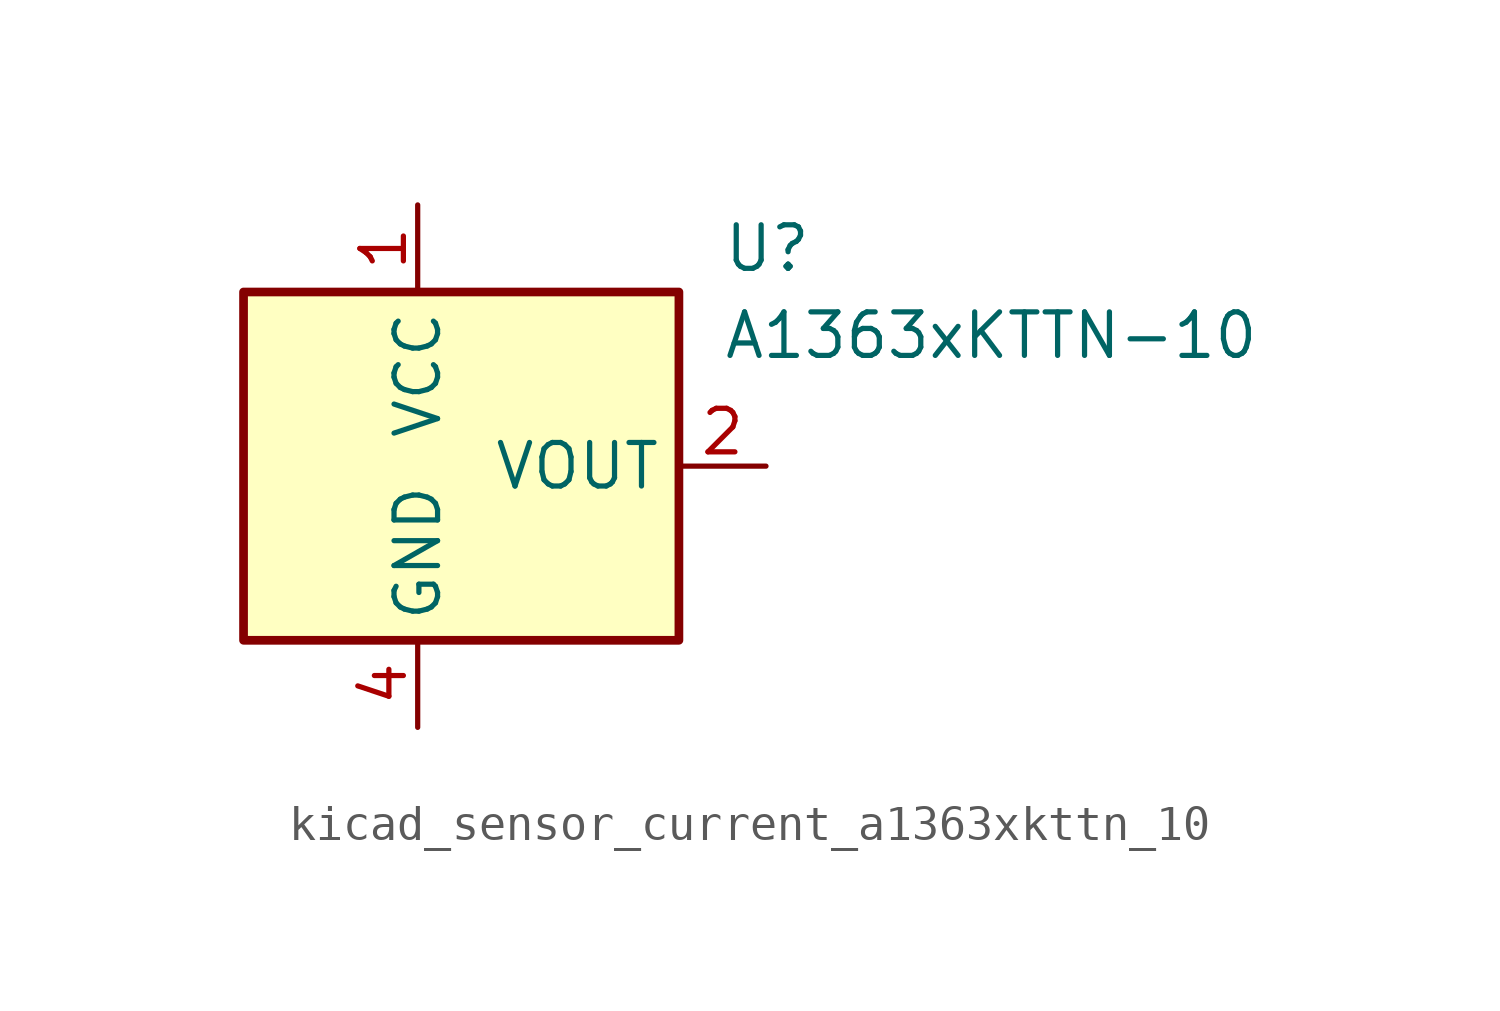
<source format=kicad_sym>
(kicad_symbol_lib
  (version 20220914)
  (generator kicad_symbol_editor)
  (symbol "kicad_sensor_current_a1363xkttn_10"
    (property "Reference" "U"
      (at 8.89 6.35 0)
      (effects (font (size 1.27 1.27)) (justify left)))
    (property "Value" "A1363xKTTN-10"
      (at 8.89 3.81 0)
      (effects (font (size 1.27 1.27)) (justify left)))
    (symbol "kicad_sensor_current_a1363xkttn_10_0_1"
      (rectangle (start -5.08 5.08) (end 7.62 -5.08) (stroke (width 0.254) (type default)) (fill (type background))))
    (symbol "kicad_sensor_current_a1363xkttn_10_1_1"
      (pin power_in line (at 0 7.62 270) (length 2.54) (name "VCC" (effects (font (size 1.27 1.27)))) (number "1" (effects (font (size 1.27 1.27)))))
      (pin output line (at 10.16 0 180) (length 2.54) (name "VOUT" (effects (font (size 1.27 1.27)))) (number "2" (effects (font (size 1.27 1.27)))))
      (pin no_connect line (at 7.62 -2.54 180) (length 2.54) hide (name "NC" (effects (font (size 1.27 1.27)))) (number "3" (effects (font (size 1.27 1.27)))))
      (pin power_in line (at 0 -7.62 90) (length 2.54) (name "GND" (effects (font (size 1.27 1.27)))) (number "4" (effects (font (size 1.27 1.27))))))))
</source>
